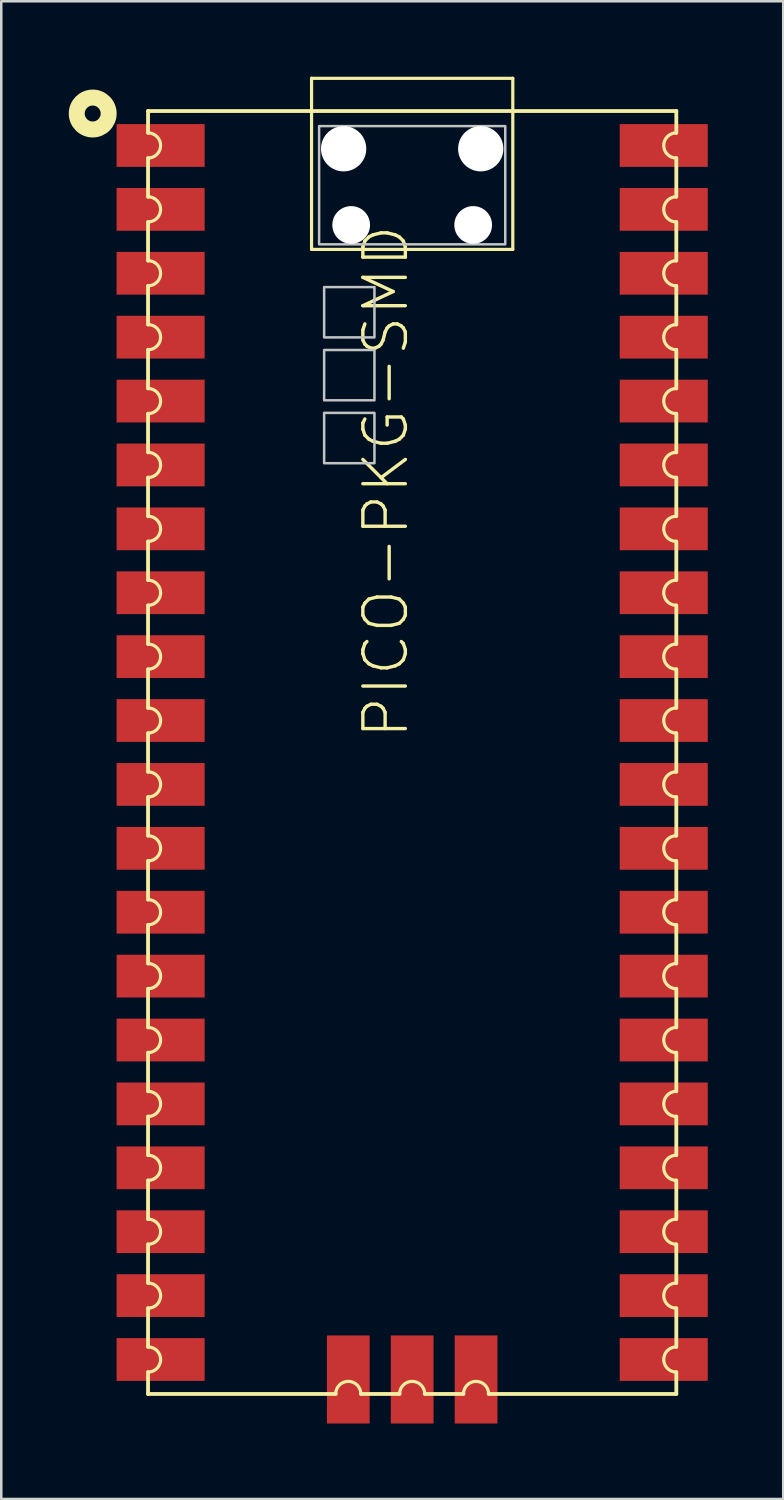
<source format=kicad_pcb>
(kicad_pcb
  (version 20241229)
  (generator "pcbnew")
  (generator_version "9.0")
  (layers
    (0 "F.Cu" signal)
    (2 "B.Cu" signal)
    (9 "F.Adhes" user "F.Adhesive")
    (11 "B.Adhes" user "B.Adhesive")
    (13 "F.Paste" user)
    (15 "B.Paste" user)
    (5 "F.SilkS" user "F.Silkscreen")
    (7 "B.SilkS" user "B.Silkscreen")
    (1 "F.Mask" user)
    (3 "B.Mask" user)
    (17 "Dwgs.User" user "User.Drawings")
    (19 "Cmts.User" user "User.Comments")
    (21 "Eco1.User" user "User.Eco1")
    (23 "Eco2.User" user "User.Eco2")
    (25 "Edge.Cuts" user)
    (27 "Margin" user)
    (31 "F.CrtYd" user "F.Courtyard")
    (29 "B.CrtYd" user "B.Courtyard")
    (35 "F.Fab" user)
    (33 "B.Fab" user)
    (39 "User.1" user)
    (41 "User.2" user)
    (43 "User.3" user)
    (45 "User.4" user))
  (footprint "PICO-PKG-SMD"
    (layer "F.Cu")
    (at 13.335 26.863)
    (property "Reference" "PICO-PKG-SMD" (at -0.058 -0.461 90) (layer "F.SilkS") (effects (font (size 1.689 1.689) (thickness 0.135)) (justify left bottom)))
    (attr through_hole)
    (fp_line (start -10.5 -25.5) (end -10.5 -24.63) (stroke (width 0.152) (type solid)) (layer "F.SilkS"))
    (fp_line (start -10.5 -25.5) (end 10.5 -25.5) (stroke (width 0.152) (type solid)) (layer "F.SilkS"))
    (fp_line (start -10.5 -23.63) (end -10.5 -22.09) (stroke (width 0.152) (type solid)) (layer "F.SilkS"))
    (fp_line (start -10.5 -21.09) (end -10.5 -19.55) (stroke (width 0.152) (type solid)) (layer "F.SilkS"))
    (fp_line (start -10.5 -18.55) (end -10.5 -17.01) (stroke (width 0.152) (type solid)) (layer "F.SilkS"))
    (fp_line (start -10.5 -16.01) (end -10.5 -14.47) (stroke (width 0.152) (type solid)) (layer "F.SilkS"))
    (fp_line (start -10.5 -13.47) (end -10.5 -11.93) (stroke (width 0.152) (type solid)) (layer "F.SilkS"))
    (fp_line (start -10.5 -10.93) (end -10.5 -9.39) (stroke (width 0.152) (type solid)) (layer "F.SilkS"))
    (fp_line (start -10.5 -8.39) (end -10.5 -6.85) (stroke (width 0.152) (type solid)) (layer "F.SilkS"))
    (fp_line (start -10.5 -5.85) (end -10.5 -4.31) (stroke (width 0.152) (type solid)) (layer "F.SilkS"))
    (fp_line (start -10.5 -3.31) (end -10.5 -1.77) (stroke (width 0.152) (type solid)) (layer "F.SilkS"))
    (fp_line (start -10.5 -0.77) (end -10.5 0.77) (stroke (width 0.152) (type solid)) (layer "F.SilkS"))
    (fp_line (start -10.5 1.77) (end -10.5 3.31) (stroke (width 0.152) (type solid)) (layer "F.SilkS"))
    (fp_line (start -10.5 4.31) (end -10.5 5.85) (stroke (width 0.152) (type solid)) (layer "F.SilkS"))
    (fp_line (start -10.5 6.85) (end -10.5 8.39) (stroke (width 0.152) (type solid)) (layer "F.SilkS"))
    (fp_line (start -10.5 9.39) (end -10.5 10.93) (stroke (width 0.152) (type solid)) (layer "F.SilkS"))
    (fp_line (start -10.5 11.93) (end -10.5 13.47) (stroke (width 0.152) (type solid)) (layer "F.SilkS"))
    (fp_line (start -10.5 14.47) (end -10.5 16.01) (stroke (width 0.152) (type solid)) (layer "F.SilkS"))
    (fp_line (start -10.5 17.01) (end -10.5 18.55) (stroke (width 0.152) (type solid)) (layer "F.SilkS"))
    (fp_line (start -10.5 19.55) (end -10.5 21.09) (stroke (width 0.152) (type solid)) (layer "F.SilkS"))
    (fp_line (start -10.5 22.09) (end -10.5 23.63) (stroke (width 0.152) (type solid)) (layer "F.SilkS"))
    (fp_line (start -10.5 24.63) (end -10.5 25.5) (stroke (width 0.152) (type solid)) (layer "F.SilkS"))
    (fp_line (start -4 -26.8) (end 4 -26.8) (stroke (width 0.127) (type solid)) (layer "F.SilkS"))
    (fp_line (start -4 -20) (end -4 -26.8) (stroke (width 0.127) (type solid)) (layer "F.SilkS"))
    (fp_line (start -3.04 25.5) (end -10.5 25.5) (stroke (width 0.152) (type solid)) (layer "F.SilkS"))
    (fp_line (start -0.5 25.5) (end -2.04 25.5) (stroke (width 0.152) (type solid)) (layer "F.SilkS"))
    (fp_line (start 2.04 25.5) (end 0.5 25.5) (stroke (width 0.152) (type solid)) (layer "F.SilkS"))
    (fp_line (start 4 -26.8) (end 4 -20) (stroke (width 0.127) (type solid)) (layer "F.SilkS"))
    (fp_line (start 4 -20) (end -4 -20) (stroke (width 0.127) (type solid)) (layer "F.SilkS"))
    (fp_line (start 10.5 -24.63) (end 10.5 -25.5) (stroke (width 0.152) (type solid)) (layer "F.SilkS"))
    (fp_line (start 10.5 -22.09) (end 10.5 -23.63) (stroke (width 0.152) (type solid)) (layer "F.SilkS"))
    (fp_line (start 10.5 -19.55) (end 10.5 -21.09) (stroke (width 0.152) (type solid)) (layer "F.SilkS"))
    (fp_line (start 10.5 -17.01) (end 10.5 -18.55) (stroke (width 0.152) (type solid)) (layer "F.SilkS"))
    (fp_line (start 10.5 -14.47) (end 10.5 -16.01) (stroke (width 0.152) (type solid)) (layer "F.SilkS"))
    (fp_line (start 10.5 -11.93) (end 10.5 -13.47) (stroke (width 0.152) (type solid)) (layer "F.SilkS"))
    (fp_line (start 10.5 -9.39) (end 10.5 -10.93) (stroke (width 0.152) (type solid)) (layer "F.SilkS"))
    (fp_line (start 10.5 -6.85) (end 10.5 -8.39) (stroke (width 0.152) (type solid)) (layer "F.SilkS"))
    (fp_line (start 10.5 -4.31) (end 10.5 -5.85) (stroke (width 0.152) (type solid)) (layer "F.SilkS"))
    (fp_line (start 10.5 -1.77) (end 10.5 -3.31) (stroke (width 0.152) (type solid)) (layer "F.SilkS"))
    (fp_line (start 10.5 0.77) (end 10.5 -0.77) (stroke (width 0.152) (type solid)) (layer "F.SilkS"))
    (fp_line (start 10.5 3.31) (end 10.5 1.77) (stroke (width 0.152) (type solid)) (layer "F.SilkS"))
    (fp_line (start 10.5 5.85) (end 10.5 4.31) (stroke (width 0.152) (type solid)) (layer "F.SilkS"))
    (fp_line (start 10.5 8.39) (end 10.5 6.85) (stroke (width 0.152) (type solid)) (layer "F.SilkS"))
    (fp_line (start 10.5 10.93) (end 10.5 9.39) (stroke (width 0.152) (type solid)) (layer "F.SilkS"))
    (fp_line (start 10.5 13.47) (end 10.5 11.93) (stroke (width 0.152) (type solid)) (layer "F.SilkS"))
    (fp_line (start 10.5 16.01) (end 10.5 14.47) (stroke (width 0.152) (type solid)) (layer "F.SilkS"))
    (fp_line (start 10.5 18.55) (end 10.5 17.01) (stroke (width 0.152) (type solid)) (layer "F.SilkS"))
    (fp_line (start 10.5 21.09) (end 10.5 19.55) (stroke (width 0.152) (type solid)) (layer "F.SilkS"))
    (fp_line (start 10.5 23.63) (end 10.5 22.09) (stroke (width 0.152) (type solid)) (layer "F.SilkS"))
    (fp_line (start 10.5 25.5) (end 3.04 25.5) (stroke (width 0.152) (type solid)) (layer "F.SilkS"))
    (fp_line (start 10.5 25.5) (end 10.5 24.63) (stroke (width 0.152) (type solid)) (layer "F.SilkS"))
    (fp_arc (start -10.5 -24.63) (mid -10 -24.13) (end -10.5 -23.63) (stroke (width 0.127) (type solid)) (layer "F.SilkS"))
    (fp_arc (start -10.5 -22.09) (mid -10 -21.59) (end -10.5 -21.09) (stroke (width 0.127) (type solid)) (layer "F.SilkS"))
    (fp_arc (start -10.5 -19.55) (mid -10 -19.05) (end -10.5 -18.55) (stroke (width 0.127) (type solid)) (layer "F.SilkS"))
    (fp_arc (start -10.5 -17.01) (mid -10 -16.51) (end -10.5 -16.01) (stroke (width 0.127) (type solid)) (layer "F.SilkS"))
    (fp_arc (start -10.5 -14.47) (mid -10 -13.97) (end -10.5 -13.47) (stroke (width 0.127) (type solid)) (layer "F.SilkS"))
    (fp_arc (start -10.5 -11.93) (mid -10 -11.43) (end -10.5 -10.93) (stroke (width 0.127) (type solid)) (layer "F.SilkS"))
    (fp_arc (start -10.5 -9.39) (mid -10 -8.89) (end -10.5 -8.39) (stroke (width 0.127) (type solid)) (layer "F.SilkS"))
    (fp_arc (start -10.5 -6.85) (mid -10 -6.35) (end -10.5 -5.85) (stroke (width 0.127) (type solid)) (layer "F.SilkS"))
    (fp_arc (start -10.5 -4.31) (mid -10 -3.81) (end -10.5 -3.31) (stroke (width 0.127) (type solid)) (layer "F.SilkS"))
    (fp_arc (start -10.5 -1.77) (mid -10 -1.27) (end -10.5 -0.77) (stroke (width 0.127) (type solid)) (layer "F.SilkS"))
    (fp_arc (start -10.5 0.77) (mid -10 1.27) (end -10.5 1.77) (stroke (width 0.127) (type solid)) (layer "F.SilkS"))
    (fp_arc (start -10.5 3.31) (mid -10 3.81) (end -10.5 4.31) (stroke (width 0.127) (type solid)) (layer "F.SilkS"))
    (fp_arc (start -10.5 5.85) (mid -10 6.35) (end -10.5 6.85) (stroke (width 0.127) (type solid)) (layer "F.SilkS"))
    (fp_arc (start -10.5 8.39) (mid -10 8.89) (end -10.5 9.39) (stroke (width 0.127) (type solid)) (layer "F.SilkS"))
    (fp_arc (start -10.5 10.93) (mid -10 11.43) (end -10.5 11.93) (stroke (width 0.127) (type solid)) (layer "F.SilkS"))
    (fp_arc (start -10.5 13.47) (mid -10 13.97) (end -10.5 14.47) (stroke (width 0.127) (type solid)) (layer "F.SilkS"))
    (fp_arc (start -10.5 16.01) (mid -10 16.51) (end -10.5 17.01) (stroke (width 0.127) (type solid)) (layer "F.SilkS"))
    (fp_arc (start -10.5 18.55) (mid -10 19.05) (end -10.5 19.55) (stroke (width 0.127) (type solid)) (layer "F.SilkS"))
    (fp_arc (start -10.5 21.09) (mid -10 21.59) (end -10.5 22.09) (stroke (width 0.127) (type solid)) (layer "F.SilkS"))
    (fp_arc (start -10.5 23.63) (mid -10 24.13) (end -10.5 24.63) (stroke (width 0.127) (type solid)) (layer "F.SilkS"))
    (fp_arc (start -3.04 25.5) (mid -2.54 25) (end -2.04 25.5) (stroke (width 0.127) (type solid)) (layer "F.SilkS"))
    (fp_arc (start -0.5 25.5) (mid 0 25) (end 0.5 25.5) (stroke (width 0.127) (type solid)) (layer "F.SilkS"))
    (fp_arc (start 2.04 25.5) (mid 2.54 25) (end 3.04 25.5) (stroke (width 0.127) (type solid)) (layer "F.SilkS"))
    (fp_arc (start 10.5 -23.63) (mid 10 -24.13) (end 10.5 -24.63) (stroke (width 0.127) (type solid)) (layer "F.SilkS"))
    (fp_arc (start 10.5 -21.09) (mid 10 -21.59) (end 10.5 -22.09) (stroke (width 0.127) (type solid)) (layer "F.SilkS"))
    (fp_arc (start 10.5 -18.55) (mid 10 -19.05) (end 10.5 -19.55) (stroke (width 0.127) (type solid)) (layer "F.SilkS"))
    (fp_arc (start 10.5 -16.01) (mid 10 -16.51) (end 10.5 -17.01) (stroke (width 0.127) (type solid)) (layer "F.SilkS"))
    (fp_arc (start 10.5 -13.47) (mid 10 -13.97) (end 10.5 -14.47) (stroke (width 0.127) (type solid)) (layer "F.SilkS"))
    (fp_arc (start 10.5 -10.93) (mid 10 -11.43) (end 10.5 -11.93) (stroke (width 0.127) (type solid)) (layer "F.SilkS"))
    (fp_arc (start 10.5 -8.39) (mid 10 -8.89) (end 10.5 -9.39) (stroke (width 0.127) (type solid)) (layer "F.SilkS"))
    (fp_arc (start 10.5 -5.85) (mid 10 -6.35) (end 10.5 -6.85) (stroke (width 0.127) (type solid)) (layer "F.SilkS"))
    (fp_arc (start 10.5 -3.31) (mid 10 -3.81) (end 10.5 -4.31) (stroke (width 0.127) (type solid)) (layer "F.SilkS"))
    (fp_arc (start 10.5 -0.77) (mid 10 -1.27) (end 10.5 -1.77) (stroke (width 0.127) (type solid)) (layer "F.SilkS"))
    (fp_arc (start 10.5 1.77) (mid 10 1.27) (end 10.5 0.77) (stroke (width 0.127) (type solid)) (layer "F.SilkS"))
    (fp_arc (start 10.5 4.31) (mid 10 3.81) (end 10.5 3.31) (stroke (width 0.127) (type solid)) (layer "F.SilkS"))
    (fp_arc (start 10.5 6.85) (mid 10 6.35) (end 10.5 5.85) (stroke (width 0.127) (type solid)) (layer "F.SilkS"))
    (fp_arc (start 10.5 9.39) (mid 10 8.89) (end 10.5 8.39) (stroke (width 0.127) (type solid)) (layer "F.SilkS"))
    (fp_arc (start 10.5 11.93) (mid 10 11.43) (end 10.5 10.93) (stroke (width 0.127) (type solid)) (layer "F.SilkS"))
    (fp_arc (start 10.5 14.47) (mid 10 13.97) (end 10.5 13.47) (stroke (width 0.127) (type solid)) (layer "F.SilkS"))
    (fp_arc (start 10.5 17.01) (mid 10 16.51) (end 10.5 16.01) (stroke (width 0.127) (type solid)) (layer "F.SilkS"))
    (fp_arc (start 10.5 19.55) (mid 10 19.05) (end 10.5 18.55) (stroke (width 0.127) (type solid)) (layer "F.SilkS"))
    (fp_arc (start 10.5 22.09) (mid 10 21.59) (end 10.5 21.09) (stroke (width 0.127) (type solid)) (layer "F.SilkS"))
    (fp_arc (start 10.5 24.63) (mid 10 24.13) (end 10.5 23.63) (stroke (width 0.127) (type solid)) (layer "F.SilkS"))
    (fp_circle (center -12.7 -25.4) (end -12.383 -25.4) (stroke (width 0.635) (type solid)) (fill no) (layer "F.SilkS"))
    (fp_poly (pts (xy -3.7 -24.9) (xy 3.7 -24.9) (xy 3.7 -20.2) (xy -3.7 -20.2)) (stroke (width 0.1) (type solid)) (fill no) (layer "Dwgs.User"))
    (fp_poly (pts (xy -3.5 -18.5) (xy -1.5 -18.5) (xy -1.5 -16.5) (xy -3.5 -16.5)) (stroke (width 0.1) (type solid)) (fill no) (layer "Dwgs.User"))
    (fp_poly (pts (xy -3.5 -16) (xy -1.5 -16) (xy -1.5 -14) (xy -3.5 -14)) (stroke (width 0.1) (type solid)) (fill no) (layer "Dwgs.User"))
    (fp_poly (pts (xy -3.5 -13.5) (xy -1.5 -13.5) (xy -1.5 -11.5) (xy -3.5 -11.5)) (stroke (width 0.1) (type solid)) (fill no) (layer "Dwgs.User"))
    (pad "" np_thru_hole circle (at -2.725 -24) (size 1.8 1.8) (drill 1.8) (layers "*.Cu" "*.Mask"))
    (pad "" np_thru_hole circle (at -2.425 -20.97) (size 1.5 1.5) (drill 1.5) (layers "*.Cu" "*.Mask"))
    (pad "" np_thru_hole circle (at 2.425 -20.97) (size 1.5 1.5) (drill 1.5) (layers "*.Cu" "*.Mask"))
    (pad "" np_thru_hole circle (at 2.725 -24) (size 1.8 1.8) (drill 1.8) (layers "*.Cu" "*.Mask"))
    (pad "P$1" smd rect (at -10 -24.13) (size 3.5 1.7) (layers "F.Cu" "F.Mask" "F.Paste"))
    (pad "P$2" smd rect (at -10 -21.59) (size 3.5 1.7) (layers "F.Cu" "F.Mask" "F.Paste"))
    (pad "P$3" smd rect (at -10 -19.05) (size 3.5 1.7) (layers "F.Cu" "F.Mask" "F.Paste"))
    (pad "P$4" smd rect (at -10 -16.51) (size 3.5 1.7) (layers "F.Cu" "F.Mask" "F.Paste"))
    (pad "P$5" smd rect (at -10 -13.97) (size 3.5 1.7) (layers "F.Cu" "F.Mask" "F.Paste"))
    (pad "P$6" smd rect (at -10 -11.43) (size 3.5 1.7) (layers "F.Cu" "F.Mask" "F.Paste"))
    (pad "P$7" smd rect (at -10 -8.89) (size 3.5 1.7) (layers "F.Cu" "F.Mask" "F.Paste"))
    (pad "P$8" smd rect (at -10 -6.35) (size 3.5 1.7) (layers "F.Cu" "F.Mask" "F.Paste"))
    (pad "P$9" smd rect (at -10 -3.81) (size 3.5 1.7) (layers "F.Cu" "F.Mask" "F.Paste"))
    (pad "P$10" smd rect (at -10 -1.27) (size 3.5 1.7) (layers "F.Cu" "F.Mask" "F.Paste"))
    (pad "P$11" smd rect (at -10 1.27) (size 3.5 1.7) (layers "F.Cu" "F.Mask" "F.Paste"))
    (pad "P$12" smd rect (at -10 3.81) (size 3.5 1.7) (layers "F.Cu" "F.Mask" "F.Paste"))
    (pad "P$13" smd rect (at -10 6.35) (size 3.5 1.7) (layers "F.Cu" "F.Mask" "F.Paste"))
    (pad "P$14" smd rect (at -10 8.89) (size 3.5 1.7) (layers "F.Cu" "F.Mask" "F.Paste"))
    (pad "P$15" smd rect (at -10 11.43) (size 3.5 1.7) (layers "F.Cu" "F.Mask" "F.Paste"))
    (pad "P$16" smd rect (at -10 13.97) (size 3.5 1.7) (layers "F.Cu" "F.Mask" "F.Paste"))
    (pad "P$17" smd rect (at -10 16.51) (size 3.5 1.7) (layers "F.Cu" "F.Mask" "F.Paste"))
    (pad "P$18" smd rect (at -10 19.05) (size 3.5 1.7) (layers "F.Cu" "F.Mask" "F.Paste"))
    (pad "P$19" smd rect (at -10 21.59) (size 3.5 1.7) (layers "F.Cu" "F.Mask" "F.Paste"))
    (pad "P$20" smd rect (at -10 24.13) (size 3.5 1.7) (layers "F.Cu" "F.Mask" "F.Paste"))
    (pad "P$21" smd rect (at 10 24.13 180) (size 3.5 1.7) (layers "F.Cu" "F.Mask" "F.Paste"))
    (pad "P$22" smd rect (at 10 21.59 180) (size 3.5 1.7) (layers "F.Cu" "F.Mask" "F.Paste"))
    (pad "P$23" smd rect (at 10 19.05 180) (size 3.5 1.7) (layers "F.Cu" "F.Mask" "F.Paste"))
    (pad "P$24" smd rect (at 10 16.51 180) (size 3.5 1.7) (layers "F.Cu" "F.Mask" "F.Paste"))
    (pad "P$25" smd rect (at 10 13.97 180) (size 3.5 1.7) (layers "F.Cu" "F.Mask" "F.Paste"))
    (pad "P$26" smd rect (at 10 11.43 180) (size 3.5 1.7) (layers "F.Cu" "F.Mask" "F.Paste"))
    (pad "P$27" smd rect (at 10 8.89 180) (size 3.5 1.7) (layers "F.Cu" "F.Mask" "F.Paste"))
    (pad "P$28" smd rect (at 10 6.35 180) (size 3.5 1.7) (layers "F.Cu" "F.Mask" "F.Paste"))
    (pad "P$29" smd rect (at 10 3.81 180) (size 3.5 1.7) (layers "F.Cu" "F.Mask" "F.Paste"))
    (pad "P$30" smd rect (at 10 1.27 180) (size 3.5 1.7) (layers "F.Cu" "F.Mask" "F.Paste"))
    (pad "P$31" smd rect (at 10 -1.27 180) (size 3.5 1.7) (layers "F.Cu" "F.Mask" "F.Paste"))
    (pad "P$32" smd rect (at 10 -3.81 180) (size 3.5 1.7) (layers "F.Cu" "F.Mask" "F.Paste"))
    (pad "P$33" smd rect (at 10 -6.35 180) (size 3.5 1.7) (layers "F.Cu" "F.Mask" "F.Paste"))
    (pad "P$34" smd rect (at 10 -8.89 180) (size 3.5 1.7) (layers "F.Cu" "F.Mask" "F.Paste"))
    (pad "P$35" smd rect (at 10 -11.43 180) (size 3.5 1.7) (layers "F.Cu" "F.Mask" "F.Paste"))
    (pad "P$36" smd rect (at 10 -13.97 180) (size 3.5 1.7) (layers "F.Cu" "F.Mask" "F.Paste"))
    (pad "P$37" smd rect (at 10 -16.51 180) (size 3.5 1.7) (layers "F.Cu" "F.Mask" "F.Paste"))
    (pad "P$38" smd rect (at 10 -19.05 180) (size 3.5 1.7) (layers "F.Cu" "F.Mask" "F.Paste"))
    (pad "P$39" smd rect (at 10 -21.59 180) (size 3.5 1.7) (layers "F.Cu" "F.Mask" "F.Paste"))
    (pad "P$40" smd rect (at 10 -24.13 180) (size 3.5 1.7) (layers "F.Cu" "F.Mask" "F.Paste"))
    (pad "P$41" smd rect (at -2.54 24.925 270) (size 3.5 1.7) (layers "F.Cu" "F.Mask" "F.Paste"))
    (pad "P$42" smd rect (at 0 24.925 270) (size 3.5 1.7) (layers "F.Cu" "F.Mask" "F.Paste"))
    (pad "P$43" smd rect (at 2.54 24.925 270) (size 3.5 1.7) (layers "F.Cu" "F.Mask" "F.Paste")))
  (gr_rect
    (start -3 -3)
    (end 28.085 56.538)
    (stroke (width 0.1) (type default))
    (fill no)
    (layer "Edge.Cuts")))
</source>
